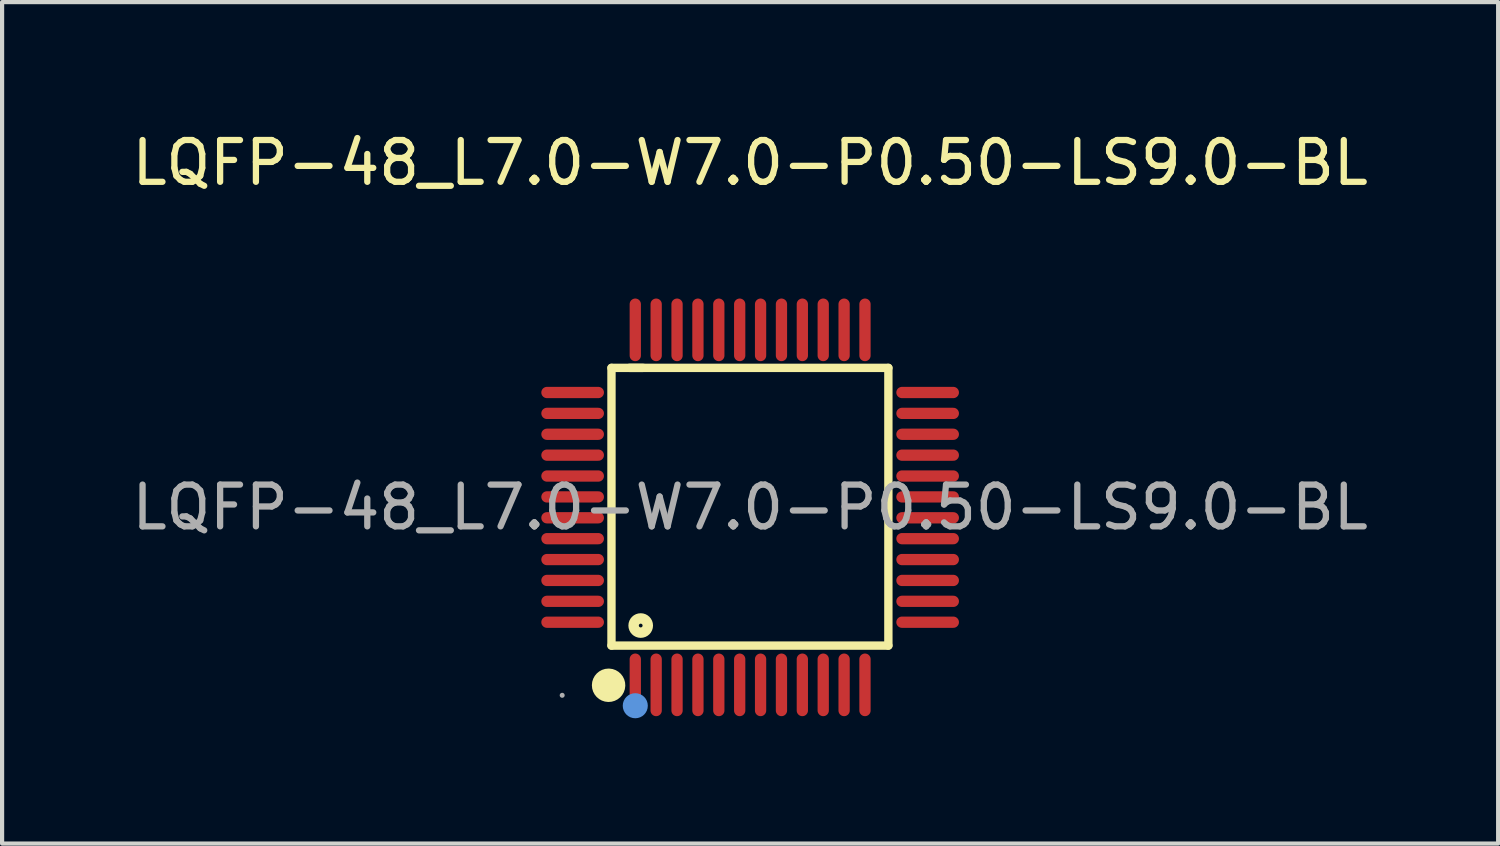
<source format=kicad_pcb>
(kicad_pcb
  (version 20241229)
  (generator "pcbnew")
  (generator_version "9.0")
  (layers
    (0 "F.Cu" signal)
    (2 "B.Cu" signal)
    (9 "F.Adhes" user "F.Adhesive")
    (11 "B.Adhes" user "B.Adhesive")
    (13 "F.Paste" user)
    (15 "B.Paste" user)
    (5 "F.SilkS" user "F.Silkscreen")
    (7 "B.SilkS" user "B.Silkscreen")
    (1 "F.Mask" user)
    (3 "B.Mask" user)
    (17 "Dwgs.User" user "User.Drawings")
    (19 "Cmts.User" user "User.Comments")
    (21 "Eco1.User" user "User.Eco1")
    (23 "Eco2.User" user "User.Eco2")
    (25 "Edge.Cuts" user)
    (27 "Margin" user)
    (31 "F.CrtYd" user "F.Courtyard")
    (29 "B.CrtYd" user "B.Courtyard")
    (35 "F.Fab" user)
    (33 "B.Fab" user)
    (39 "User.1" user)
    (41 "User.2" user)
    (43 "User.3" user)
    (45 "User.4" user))
  (footprint "LQFP-48_L7.0-W7.0-P0.50-LS9.0-BL"
    (layer "F.Cu")
    (at 14.911 9.098)
    (property "Reference" "LQFP-48_L7.0-W7.0-P0.50-LS9.0-BL" (at 0 -8.25 0) (layer "F.SilkS") (effects (font (size 1 1) (thickness 0.15))))
    (attr smd)
    (fp_line (start -3.32 -3.34) (end -2.56 -3.34) (stroke (width 0.2) (type solid)) (layer "F.SilkS"))
    (fp_line (start -3.32 3.31) (end -3.32 -3.34) (stroke (width 0.2) (type solid)) (layer "F.SilkS"))
    (fp_line (start -2.89 -3.34) (end 3.31 -3.34) (stroke (width 0.2) (type solid)) (layer "F.SilkS"))
    (fp_line (start 3.31 -3.34) (end 3.31 3.31) (stroke (width 0.2) (type solid)) (layer "F.SilkS"))
    (fp_line (start 3.31 3.31) (end -3.32 3.31) (stroke (width 0.2) (type solid)) (layer "F.SilkS"))
    (fp_arc (start -3.38 4.06) (mid -3.394988 4.460188) (end -3.390027 4.05975) (stroke (width 0.4) (type solid)) (layer "F.SilkS"))
    (fp_circle (center -2.62 2.83) (end -2.45 2.83) (stroke (width 0.25) (type solid)) (fill no) (layer "F.SilkS"))
    (fp_circle (center -2.75 4.75) (end -2.6 4.75) (stroke (width 0.3) (type solid)) (fill no) (layer "Cmts.User"))
    (fp_circle (center -4.5 4.5) (end -4.47 4.5) (stroke (width 0.06) (type solid)) (fill no) (layer "F.Fab"))
    (fp_text user "${REFERENCE}" (at 0 0 0) (layer "F.Fab") (effects (font (size 1 1) (thickness 0.15))))
    (pad "1" smd oval (at -2.75 4.25) (size 0.27 1.5) (layers "F.Cu" "F.Mask" "F.Paste"))
    (pad "2" smd oval (at -2.25 4.25) (size 0.27 1.5) (layers "F.Cu" "F.Mask" "F.Paste"))
    (pad "3" smd oval (at -1.75 4.25) (size 0.27 1.5) (layers "F.Cu" "F.Mask" "F.Paste"))
    (pad "4" smd oval (at -1.25 4.25) (size 0.27 1.5) (layers "F.Cu" "F.Mask" "F.Paste"))
    (pad "5" smd oval (at -0.75 4.25) (size 0.27 1.5) (layers "F.Cu" "F.Mask" "F.Paste"))
    (pad "6" smd oval (at -0.25 4.25) (size 0.27 1.5) (layers "F.Cu" "F.Mask" "F.Paste"))
    (pad "7" smd oval (at 0.25 4.25) (size 0.27 1.5) (layers "F.Cu" "F.Mask" "F.Paste"))
    (pad "8" smd oval (at 0.75 4.25) (size 0.27 1.5) (layers "F.Cu" "F.Mask" "F.Paste"))
    (pad "9" smd oval (at 1.25 4.25) (size 0.27 1.5) (layers "F.Cu" "F.Mask" "F.Paste"))
    (pad "10" smd oval (at 1.75 4.25) (size 0.27 1.5) (layers "F.Cu" "F.Mask" "F.Paste"))
    (pad "11" smd oval (at 2.25 4.25) (size 0.27 1.5) (layers "F.Cu" "F.Mask" "F.Paste"))
    (pad "12" smd oval (at 2.75 4.25) (size 0.27 1.5) (layers "F.Cu" "F.Mask" "F.Paste"))
    (pad "13" smd oval (at 4.25 2.75) (size 1.5 0.27) (layers "F.Cu" "F.Mask" "F.Paste"))
    (pad "14" smd oval (at 4.25 2.25) (size 1.5 0.27) (layers "F.Cu" "F.Mask" "F.Paste"))
    (pad "15" smd oval (at 4.25 1.75) (size 1.5 0.27) (layers "F.Cu" "F.Mask" "F.Paste"))
    (pad "16" smd oval (at 4.25 1.25) (size 1.5 0.27) (layers "F.Cu" "F.Mask" "F.Paste"))
    (pad "17" smd oval (at 4.25 0.75) (size 1.5 0.27) (layers "F.Cu" "F.Mask" "F.Paste"))
    (pad "18" smd oval (at 4.25 0.25) (size 1.5 0.27) (layers "F.Cu" "F.Mask" "F.Paste"))
    (pad "19" smd oval (at 4.25 -0.25) (size 1.5 0.27) (layers "F.Cu" "F.Mask" "F.Paste"))
    (pad "20" smd oval (at 4.25 -0.75) (size 1.5 0.27) (layers "F.Cu" "F.Mask" "F.Paste"))
    (pad "21" smd oval (at 4.25 -1.25) (size 1.5 0.27) (layers "F.Cu" "F.Mask" "F.Paste"))
    (pad "22" smd oval (at 4.25 -1.75) (size 1.5 0.27) (layers "F.Cu" "F.Mask" "F.Paste"))
    (pad "23" smd oval (at 4.25 -2.25) (size 1.5 0.27) (layers "F.Cu" "F.Mask" "F.Paste"))
    (pad "24" smd oval (at 4.25 -2.75) (size 1.5 0.27) (layers "F.Cu" "F.Mask" "F.Paste"))
    (pad "25" smd oval (at 2.75 -4.25) (size 0.27 1.5) (layers "F.Cu" "F.Mask" "F.Paste"))
    (pad "26" smd oval (at 2.25 -4.25) (size 0.27 1.5) (layers "F.Cu" "F.Mask" "F.Paste"))
    (pad "27" smd oval (at 1.75 -4.25) (size 0.27 1.5) (layers "F.Cu" "F.Mask" "F.Paste"))
    (pad "28" smd oval (at 1.25 -4.25) (size 0.27 1.5) (layers "F.Cu" "F.Mask" "F.Paste"))
    (pad "29" smd oval (at 0.75 -4.25) (size 0.27 1.5) (layers "F.Cu" "F.Mask" "F.Paste"))
    (pad "30" smd oval (at 0.25 -4.25) (size 0.27 1.5) (layers "F.Cu" "F.Mask" "F.Paste"))
    (pad "31" smd oval (at -0.25 -4.25) (size 0.27 1.5) (layers "F.Cu" "F.Mask" "F.Paste"))
    (pad "32" smd oval (at -0.75 -4.25) (size 0.27 1.5) (layers "F.Cu" "F.Mask" "F.Paste"))
    (pad "33" smd oval (at -1.25 -4.25) (size 0.27 1.5) (layers "F.Cu" "F.Mask" "F.Paste"))
    (pad "34" smd oval (at -1.75 -4.25) (size 0.27 1.5) (layers "F.Cu" "F.Mask" "F.Paste"))
    (pad "35" smd oval (at -2.25 -4.25) (size 0.27 1.5) (layers "F.Cu" "F.Mask" "F.Paste"))
    (pad "36" smd oval (at -2.75 -4.25) (size 0.27 1.5) (layers "F.Cu" "F.Mask" "F.Paste"))
    (pad "37" smd oval (at -4.25 -2.75) (size 1.5 0.27) (layers "F.Cu" "F.Mask" "F.Paste"))
    (pad "38" smd oval (at -4.25 -2.25) (size 1.5 0.27) (layers "F.Cu" "F.Mask" "F.Paste"))
    (pad "39" smd oval (at -4.25 -1.75) (size 1.5 0.27) (layers "F.Cu" "F.Mask" "F.Paste"))
    (pad "40" smd oval (at -4.25 -1.25) (size 1.5 0.27) (layers "F.Cu" "F.Mask" "F.Paste"))
    (pad "41" smd oval (at -4.25 -0.75) (size 1.5 0.27) (layers "F.Cu" "F.Mask" "F.Paste"))
    (pad "42" smd oval (at -4.25 -0.25) (size 1.5 0.27) (layers "F.Cu" "F.Mask" "F.Paste"))
    (pad "43" smd oval (at -4.25 0.25) (size 1.5 0.27) (layers "F.Cu" "F.Mask" "F.Paste"))
    (pad "44" smd oval (at -4.25 0.75) (size 1.5 0.27) (layers "F.Cu" "F.Mask" "F.Paste"))
    (pad "45" smd oval (at -4.25 1.25) (size 1.5 0.27) (layers "F.Cu" "F.Mask" "F.Paste"))
    (pad "46" smd oval (at -4.25 1.75) (size 1.5 0.27) (layers "F.Cu" "F.Mask" "F.Paste"))
    (pad "47" smd oval (at -4.25 2.25) (size 1.5 0.27) (layers "F.Cu" "F.Mask" "F.Paste"))
    (pad "48" smd oval (at -4.25 2.75) (size 1.5 0.27) (layers "F.Cu" "F.Mask" "F.Paste")))
  (gr_rect
    (start -3 -3)
    (end 32.821 17.148)
    (stroke (width 0.1) (type default))
    (fill no)
    (layer "Edge.Cuts")))
</source>
